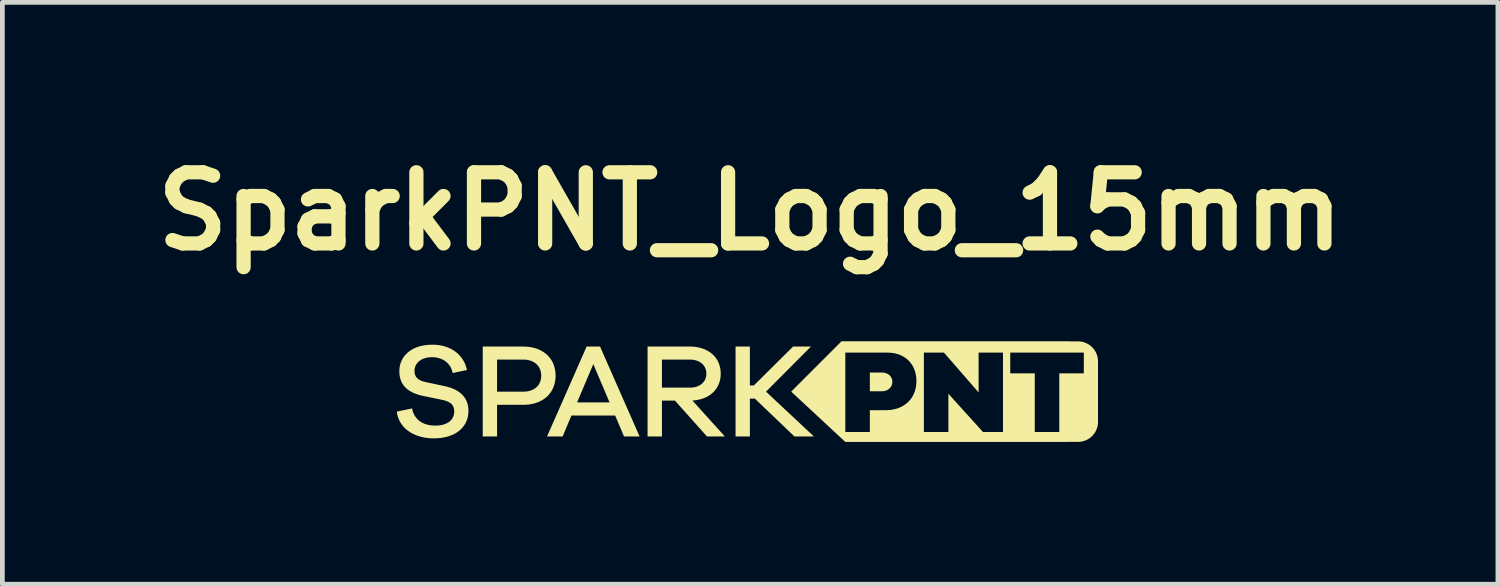
<source format=kicad_pcb>
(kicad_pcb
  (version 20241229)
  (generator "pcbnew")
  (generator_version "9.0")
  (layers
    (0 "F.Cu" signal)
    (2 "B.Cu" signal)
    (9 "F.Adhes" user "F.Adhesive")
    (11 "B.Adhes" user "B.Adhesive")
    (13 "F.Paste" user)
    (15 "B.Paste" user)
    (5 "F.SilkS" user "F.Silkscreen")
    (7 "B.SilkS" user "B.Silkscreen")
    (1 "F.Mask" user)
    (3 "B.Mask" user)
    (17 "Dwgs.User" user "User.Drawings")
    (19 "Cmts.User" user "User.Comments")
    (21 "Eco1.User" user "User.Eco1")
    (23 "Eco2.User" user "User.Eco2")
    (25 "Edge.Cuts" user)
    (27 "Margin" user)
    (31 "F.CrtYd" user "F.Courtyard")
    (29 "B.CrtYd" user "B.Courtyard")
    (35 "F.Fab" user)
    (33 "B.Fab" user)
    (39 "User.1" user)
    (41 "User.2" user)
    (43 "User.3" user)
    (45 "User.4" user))
  (footprint "SparkPNT_Logo_15mm"
    (layer "F.Cu")
    (at 12.764 5.204)
    (property "Reference" "SparkPNT_Logo_15mm" (at 0 -3.8 0) (layer "F.SilkS") (effects (font (size 1.5 1.5) (thickness 0.3))))
    (attr board_only exclude_from_pos_files exclude_from_bom)
    (fp_poly (pts (xy 2.007 1.063) (xy 2.007 1.063) (xy 2.007 1.063) (xy 2.007 1.063) (xy 2.007 1.063) (xy 2.007 1.063)) (stroke (width -0.000001) (type solid)) (fill yes) (layer "F.SilkS"))
    (fp_poly (pts (xy -0.005 -0.127) (xy 0.077 -0.127) (xy 0.906 -0.948) (xy 1.282 -0.948) (xy 0.335 0.003) (xy 1.345 0.948) (xy 0.934 0.948) (xy 0.1 0.15) (xy -0.005 0.15) (xy -0.005 0.948) (xy -0.307 0.948) (xy -0.307 -0.948) (xy -0.005 -0.948)) (stroke (width -0.000001) (type solid)) (fill yes) (layer "F.SilkS"))
    (fp_poly (pts (xy -2.33 0.948) (xy -2.658 0.948) (xy -2.845 0.506) (xy -3.767 0.506) (xy -3.953 0.948) (xy -4.282 0.948) (xy -3.965 0.229) (xy -3.648 0.229) (xy -2.963 0.229) (xy -3.306 -0.577) (xy -3.648 0.229) (xy -3.965 0.229) (xy -3.447 -0.948) (xy -3.164 -0.948)) (stroke (width -0.000001) (type solid)) (fill yes) (layer "F.SilkS"))
    (fp_poly (pts (xy 2.79 -0.4) (xy 2.801 -0.399) (xy 2.812 -0.398) (xy 2.823 -0.397) (xy 2.834 -0.395) (xy 2.844 -0.392) (xy 2.855 -0.389) (xy 2.865 -0.386) (xy 2.874 -0.382) (xy 2.884 -0.378) (xy 2.893 -0.374) (xy 2.902 -0.369) (xy 2.911 -0.364) (xy 2.919 -0.358) (xy 2.927 -0.353) (xy 2.935 -0.346) (xy 2.942 -0.34) (xy 2.949 -0.333) (xy 2.955 -0.326) (xy 2.961 -0.318) (xy 2.967 -0.31) (xy 2.972 -0.302) (xy 2.977 -0.294) (xy 2.981 -0.285) (xy 2.985 -0.277) (xy 2.989 -0.267) (xy 2.992 -0.258) (xy 2.994 -0.249) (xy 2.996 -0.239) (xy 2.997 -0.229) (xy 2.998 -0.218) (xy 2.999 -0.208) (xy 2.998 -0.197) (xy 2.997 -0.186) (xy 2.996 -0.175) (xy 2.994 -0.164) (xy 2.992 -0.154) (xy 2.989 -0.144) (xy 2.985 -0.134) (xy 2.981 -0.125) (xy 2.977 -0.116) (xy 2.972 -0.107) (xy 2.967 -0.098) (xy 2.961 -0.09) (xy 2.955 -0.082) (xy 2.949 -0.075) (xy 2.942 -0.068) (xy 2.935 -0.061) (xy 2.927 -0.055) (xy 2.919 -0.048) (xy 2.911 -0.043) (xy 2.902 -0.037) (xy 2.893 -0.033) (xy 2.884 -0.028) (xy 2.874 -0.024) (xy 2.865 -0.02) (xy 2.855 -0.017) (xy 2.844 -0.014) (xy 2.834 -0.011) (xy 2.823 -0.009) (xy 2.812 -0.008) (xy 2.801 -0.007) (xy 2.79 -0.006) (xy 2.779 -0.006) (xy 2.524 -0.006) (xy 2.524 -0.4) (xy 2.779 -0.4)) (stroke (width -0.000001) (type solid)) (fill yes) (layer "F.SilkS"))
    (fp_poly (pts (xy -4.744 -0.947) (xy -4.707 -0.945) (xy -4.67 -0.941) (xy -4.634 -0.936) (xy -4.599 -0.93) (xy -4.565 -0.922) (xy -4.532 -0.913) (xy -4.5 -0.903) (xy -4.469 -0.892) (xy -4.44 -0.879) (xy -4.411 -0.865) (xy -4.384 -0.85) (xy -4.357 -0.833) (xy -4.332 -0.816) (xy -4.308 -0.797) (xy -4.285 -0.778) (xy -4.264 -0.757) (xy -4.244 -0.735) (xy -4.225 -0.713) (xy -4.207 -0.689) (xy -4.19 -0.664) (xy -4.175 -0.639) (xy -4.162 -0.612) (xy -4.149 -0.585) (xy -4.138 -0.556) (xy -4.129 -0.527) (xy -4.12 -0.497) (xy -4.114 -0.467) (xy -4.108 -0.435) (xy -4.105 -0.403) (xy -4.102 -0.37) (xy -4.101 -0.337) (xy -4.102 -0.302) (xy -4.105 -0.269) (xy -4.108 -0.236) (xy -4.114 -0.204) (xy -4.12 -0.173) (xy -4.129 -0.143) (xy -4.138 -0.114) (xy -4.149 -0.085) (xy -4.162 -0.057) (xy -4.175 -0.031) (xy -4.19 -0.005) (xy -4.207 0.02) (xy -4.225 0.044) (xy -4.244 0.067) (xy -4.264 0.089) (xy -4.285 0.11) (xy -4.308 0.129) (xy -4.332 0.148) (xy -4.357 0.166) (xy -4.384 0.182) (xy -4.411 0.197) (xy -4.44 0.211) (xy -4.469 0.224) (xy -4.5 0.235) (xy -4.532 0.246) (xy -4.565 0.255) (xy -4.599 0.262) (xy -4.634 0.269) (xy -4.67 0.274) (xy -4.707 0.277) (xy -4.744 0.279) (xy -4.783 0.28) (xy -5.335 0.28) (xy -5.335 0.948) (xy -5.637 0.948) (xy -5.637 0.003) (xy -5.335 0.003) (xy -4.783 0.003) (xy -4.761 0.003) (xy -4.74 0.001) (xy -4.719 -0.001) (xy -4.699 -0.003) (xy -4.679 -0.007) (xy -4.66 -0.011) (xy -4.642 -0.016) (xy -4.624 -0.021) (xy -4.607 -0.028) (xy -4.59 -0.035) (xy -4.574 -0.042) (xy -4.559 -0.051) (xy -4.544 -0.06) (xy -4.53 -0.069) (xy -4.517 -0.08) (xy -4.505 -0.09) (xy -4.493 -0.102) (xy -4.482 -0.114) (xy -4.471 -0.126) (xy -4.461 -0.14) (xy -4.452 -0.153) (xy -4.444 -0.168) (xy -4.437 -0.182) (xy -4.43 -0.198) (xy -4.424 -0.213) (xy -4.419 -0.23) (xy -4.414 -0.246) (xy -4.411 -0.263) (xy -4.408 -0.281) (xy -4.406 -0.299) (xy -4.405 -0.318) (xy -4.404 -0.337) (xy -4.405 -0.355) (xy -4.406 -0.372) (xy -4.408 -0.39) (xy -4.411 -0.407) (xy -4.414 -0.424) (xy -4.419 -0.44) (xy -4.424 -0.456) (xy -4.43 -0.471) (xy -4.437 -0.487) (xy -4.444 -0.501) (xy -4.452 -0.515) (xy -4.461 -0.529) (xy -4.471 -0.542) (xy -4.482 -0.555) (xy -4.493 -0.567) (xy -4.505 -0.578) (xy -4.517 -0.589) (xy -4.53 -0.599) (xy -4.544 -0.609) (xy -4.559 -0.618) (xy -4.574 -0.627) (xy -4.59 -0.634) (xy -4.607 -0.642) (xy -4.624 -0.648) (xy -4.642 -0.654) (xy -4.66 -0.659) (xy -4.679 -0.663) (xy -4.699 -0.667) (xy -4.719 -0.67) (xy -4.74 -0.672) (xy -4.761 -0.673) (xy -4.783 -0.673) (xy -5.335 -0.673) (xy -5.335 0.003) (xy -5.637 0.003) (xy -5.637 -0.948) (xy -4.783 -0.948)) (stroke (width -0.000001) (type solid)) (fill yes) (layer "F.SilkS"))
    (fp_poly (pts (xy -1.235 -0.947) (xy -1.199 -0.945) (xy -1.164 -0.942) (xy -1.131 -0.937) (xy -1.098 -0.931) (xy -1.066 -0.924) (xy -1.035 -0.916) (xy -1.004 -0.906) (xy -0.975 -0.896) (xy -0.947 -0.884) (xy -0.92 -0.871) (xy -0.893 -0.857) (xy -0.868 -0.842) (xy -0.844 -0.826) (xy -0.821 -0.808) (xy -0.799 -0.79) (xy -0.778 -0.771) (xy -0.759 -0.751) (xy -0.74 -0.73) (xy -0.723 -0.707) (xy -0.707 -0.684) (xy -0.692 -0.66) (xy -0.679 -0.636) (xy -0.667 -0.61) (xy -0.656 -0.583) (xy -0.647 -0.556) (xy -0.639 -0.528) (xy -0.632 -0.499) (xy -0.627 -0.469) (xy -0.623 -0.439) (xy -0.621 -0.408) (xy -0.62 -0.376) (xy -0.621 -0.346) (xy -0.623 -0.316) (xy -0.626 -0.287) (xy -0.631 -0.259) (xy -0.637 -0.232) (xy -0.644 -0.205) (xy -0.653 -0.179) (xy -0.663 -0.153) (xy -0.674 -0.129) (xy -0.686 -0.105) (xy -0.7 -0.082) (xy -0.714 -0.059) (xy -0.73 -0.038) (xy -0.747 -0.017) (xy -0.765 0.002) (xy -0.784 0.021) (xy -0.804 0.039) (xy -0.825 0.056) (xy -0.847 0.072) (xy -0.87 0.088) (xy -0.894 0.102) (xy -0.919 0.115) (xy -0.945 0.127) (xy -0.972 0.139) (xy -1 0.149) (xy -1.028 0.158) (xy -1.058 0.166) (xy -1.088 0.173) (xy -1.119 0.179) (xy -1.151 0.184) (xy -1.184 0.187) (xy -1.217 0.19) (xy -0.532 0.948) (xy -0.909 0.948) (xy -1.585 0.192) (xy -1.859 0.192) (xy -1.859 0.948) (xy -2.162 0.948) (xy -2.162 -0.082) (xy -1.859 -0.082) (xy -1.271 -0.082) (xy -1.251 -0.082) (xy -1.232 -0.083) (xy -1.214 -0.085) (xy -1.196 -0.087) (xy -1.178 -0.09) (xy -1.161 -0.094) (xy -1.144 -0.098) (xy -1.128 -0.103) (xy -1.112 -0.109) (xy -1.097 -0.115) (xy -1.083 -0.122) (xy -1.069 -0.129) (xy -1.055 -0.137) (xy -1.042 -0.145) (xy -1.03 -0.154) (xy -1.018 -0.163) (xy -1.007 -0.173) (xy -0.997 -0.184) (xy -0.987 -0.195) (xy -0.978 -0.206) (xy -0.969 -0.218) (xy -0.961 -0.23) (xy -0.954 -0.243) (xy -0.948 -0.256) (xy -0.942 -0.27) (xy -0.937 -0.284) (xy -0.933 -0.298) (xy -0.929 -0.313) (xy -0.926 -0.328) (xy -0.924 -0.344) (xy -0.923 -0.36) (xy -0.923 -0.376) (xy -0.923 -0.393) (xy -0.924 -0.409) (xy -0.926 -0.425) (xy -0.929 -0.44) (xy -0.933 -0.455) (xy -0.937 -0.47) (xy -0.942 -0.484) (xy -0.948 -0.498) (xy -0.954 -0.511) (xy -0.961 -0.524) (xy -0.969 -0.536) (xy -0.978 -0.548) (xy -0.987 -0.56) (xy -0.997 -0.571) (xy -1.007 -0.581) (xy -1.018 -0.591) (xy -1.03 -0.601) (xy -1.042 -0.61) (xy -1.055 -0.618) (xy -1.069 -0.626) (xy -1.083 -0.633) (xy -1.097 -0.64) (xy -1.112 -0.646) (xy -1.128 -0.652) (xy -1.144 -0.657) (xy -1.161 -0.661) (xy -1.178 -0.665) (xy -1.196 -0.668) (xy -1.214 -0.67) (xy -1.232 -0.672) (xy -1.251 -0.673) (xy -1.271 -0.673) (xy -1.859 -0.673) (xy -1.859 -0.082) (xy -2.162 -0.082) (xy -2.162 -0.948) (xy -1.271 -0.948)) (stroke (width -0.000001) (type solid)) (fill yes) (layer "F.SilkS"))
    (fp_poly (pts (xy 6.745 -1.057) (xy 6.914 -1.057) (xy 6.935 -1.056) (xy 6.957 -1.055) (xy 6.978 -1.052) (xy 6.998 -1.048) (xy 7.018 -1.044) (xy 7.038 -1.038) (xy 7.058 -1.031) (xy 7.077 -1.024) (xy 7.096 -1.015) (xy 7.114 -1.006) (xy 7.131 -0.996) (xy 7.148 -0.985) (xy 7.165 -0.973) (xy 7.181 -0.961) (xy 7.196 -0.947) (xy 7.211 -0.933) (xy 7.225 -0.919) (xy 7.238 -0.904) (xy 7.25 -0.888) (xy 7.262 -0.871) (xy 7.273 -0.854) (xy 7.283 -0.837) (xy 7.292 -0.818) (xy 7.301 -0.8) (xy 7.308 -0.781) (xy 7.315 -0.761) (xy 7.321 -0.741) (xy 7.326 -0.721) (xy 7.329 -0.7) (xy 7.332 -0.679) (xy 7.334 -0.658) (xy 7.334 -0.637) (xy 7.334 0.641) (xy 7.334 0.663) (xy 7.332 0.684) (xy 7.329 0.705) (xy 7.326 0.726) (xy 7.321 0.746) (xy 7.315 0.766) (xy 7.308 0.785) (xy 7.301 0.805) (xy 7.292 0.823) (xy 7.283 0.841) (xy 7.273 0.859) (xy 7.262 0.876) (xy 7.25 0.892) (xy 7.238 0.908) (xy 7.225 0.924) (xy 7.211 0.938) (xy 7.196 0.952) (xy 7.181 0.965) (xy 7.165 0.978) (xy 7.148 0.99) (xy 7.131 1.001) (xy 7.114 1.011) (xy 7.096 1.02) (xy 7.077 1.028) (xy 7.058 1.036) (xy 7.038 1.043) (xy 7.018 1.048) (xy 6.998 1.053) (xy 6.978 1.057) (xy 6.957 1.059) (xy 6.935 1.061) (xy 6.914 1.062) (xy 6.712 1.062) (xy 6.712 1.063) (xy 2.007 1.063) (xy 0.866 0.002) (xy 1.688 -0.82) (xy 2.007 -0.82) (xy 2.007 0.853) (xy 2.524 0.853) (xy 3.663 0.853) (xy 4.18 0.853) (xy 4.18 0.047) (xy 4.909 0.853) (xy 5.331 0.853) (xy 5.331 -0.383) (xy 5.484 -0.383) (xy 6.001 -0.383) (xy 6.001 0.853) (xy 6.518 0.853) (xy 6.518 -0.383) (xy 7.035 -0.383) (xy 7.035 -0.383) (xy 7.035 -0.82) (xy 5.484 -0.82) (xy 5.484 -0.383) (xy 5.331 -0.383) (xy 5.331 -0.82) (xy 5.331 -0.82) (xy 5.331 -0.82) (xy 4.817 -0.82) (xy 4.817 0.019) (xy 4.087 -0.82) (xy 3.663 -0.82) (xy 3.663 0.853) (xy 2.524 0.853) (xy 2.524 0.394) (xy 2.854 0.394) (xy 2.89 0.393) (xy 2.926 0.391) (xy 2.96 0.388) (xy 2.994 0.383) (xy 3.027 0.376) (xy 3.059 0.369) (xy 3.091 0.36) (xy 3.121 0.35) (xy 3.15 0.338) (xy 3.179 0.326) (xy 3.206 0.312) (xy 3.232 0.297) (xy 3.257 0.281) (xy 3.282 0.263) (xy 3.305 0.245) (xy 3.327 0.225) (xy 3.347 0.204) (xy 3.367 0.182) (xy 3.385 0.16) (xy 3.403 0.136) (xy 3.419 0.111) (xy 3.433 0.085) (xy 3.447 0.058) (xy 3.459 0.03) (xy 3.47 0.002) (xy 3.479 -0.028) (xy 3.487 -0.058) (xy 3.494 -0.09) (xy 3.499 -0.122) (xy 3.503 -0.155) (xy 3.505 -0.188) (xy 3.506 -0.223) (xy 3.505 -0.256) (xy 3.503 -0.288) (xy 3.499 -0.32) (xy 3.494 -0.35) (xy 3.488 -0.381) (xy 3.481 -0.41) (xy 3.472 -0.438) (xy 3.462 -0.466) (xy 3.451 -0.493) (xy 3.438 -0.519) (xy 3.424 -0.544) (xy 3.41 -0.568) (xy 3.393 -0.591) (xy 3.376 -0.613) (xy 3.358 -0.634) (xy 3.338 -0.654) (xy 3.318 -0.674) (xy 3.296 -0.692) (xy 3.274 -0.709) (xy 3.25 -0.725) (xy 3.226 -0.739) (xy 3.2 -0.753) (xy 3.174 -0.765) (xy 3.146 -0.777) (xy 3.118 -0.786) (xy 3.089 -0.795) (xy 3.059 -0.803) (xy 3.028 -0.809) (xy 2.996 -0.814) (xy 2.963 -0.817) (xy 2.93 -0.819) (xy 2.896 -0.82) (xy 2.007 -0.82) (xy 2.007 -0.82) (xy 2.007 -0.82) (xy 1.688 -0.82) (xy 1.927 -1.059) (xy 6.745 -1.059)) (stroke (width -0.000001) (type solid)) (fill yes) (layer "F.SilkS"))
    (fp_poly (pts (xy -6.663 -0.987) (xy -6.628 -0.985) (xy -6.594 -0.982) (xy -6.56 -0.978) (xy -6.527 -0.972) (xy -6.495 -0.966) (xy -6.463 -0.958) (xy -6.432 -0.949) (xy -6.402 -0.94) (xy -6.373 -0.929) (xy -6.345 -0.917) (xy -6.317 -0.904) (xy -6.29 -0.89) (xy -6.265 -0.875) (xy -6.24 -0.859) (xy -6.216 -0.842) (xy -6.192 -0.824) (xy -6.17 -0.805) (xy -6.149 -0.785) (xy -6.129 -0.765) (xy -6.11 -0.743) (xy -6.091 -0.721) (xy -6.074 -0.697) (xy -6.058 -0.673) (xy -6.043 -0.648) (xy -6.029 -0.623) (xy -6.016 -0.596) (xy -6.004 -0.569) (xy -5.994 -0.541) (xy -5.985 -0.512) (xy -5.976 -0.483) (xy -5.969 -0.453) (xy -6.272 -0.39) (xy -6.276 -0.409) (xy -6.28 -0.427) (xy -6.285 -0.445) (xy -6.291 -0.462) (xy -6.298 -0.479) (xy -6.305 -0.496) (xy -6.313 -0.512) (xy -6.322 -0.527) (xy -6.332 -0.542) (xy -6.342 -0.557) (xy -6.353 -0.571) (xy -6.364 -0.584) (xy -6.376 -0.597) (xy -6.389 -0.609) (xy -6.402 -0.621) (xy -6.416 -0.633) (xy -6.431 -0.643) (xy -6.446 -0.653) (xy -6.461 -0.663) (xy -6.477 -0.671) (xy -6.511 -0.687) (xy -6.547 -0.7) (xy -6.584 -0.71) (xy -6.623 -0.718) (xy -6.663 -0.723) (xy -6.705 -0.724) (xy -6.726 -0.724) (xy -6.746 -0.723) (xy -6.766 -0.721) (xy -6.785 -0.719) (xy -6.804 -0.715) (xy -6.822 -0.712) (xy -6.84 -0.707) (xy -6.857 -0.702) (xy -6.874 -0.697) (xy -6.89 -0.691) (xy -6.905 -0.684) (xy -6.92 -0.677) (xy -6.935 -0.669) (xy -6.948 -0.661) (xy -6.962 -0.652) (xy -6.974 -0.642) (xy -6.986 -0.633) (xy -6.997 -0.622) (xy -7.007 -0.611) (xy -7.017 -0.6) (xy -7.026 -0.589) (xy -7.035 -0.576) (xy -7.042 -0.564) (xy -7.049 -0.551) (xy -7.055 -0.538) (xy -7.06 -0.524) (xy -7.065 -0.51) (xy -7.069 -0.496) (xy -7.072 -0.481) (xy -7.074 -0.466) (xy -7.075 -0.451) (xy -7.075 -0.436) (xy -7.075 -0.411) (xy -7.073 -0.4) (xy -7.072 -0.389) (xy -7.07 -0.378) (xy -7.067 -0.367) (xy -7.064 -0.357) (xy -7.061 -0.347) (xy -7.057 -0.338) (xy -7.053 -0.328) (xy -7.048 -0.319) (xy -7.043 -0.311) (xy -7.037 -0.303) (xy -7.031 -0.295) (xy -7.024 -0.287) (xy -7.017 -0.28) (xy -7.009 -0.273) (xy -7.001 -0.266) (xy -6.992 -0.259) (xy -6.983 -0.253) (xy -6.963 -0.241) (xy -6.942 -0.231) (xy -6.918 -0.221) (xy -6.892 -0.212) (xy -6.865 -0.205) (xy -6.835 -0.198) (xy -6.425 -0.11) (xy -6.373 -0.097) (xy -6.323 -0.082) (xy -6.275 -0.065) (xy -6.229 -0.045) (xy -6.187 -0.022) (xy -6.166 -0.01) (xy -6.147 0.003) (xy -6.128 0.016) (xy -6.109 0.03) (xy -6.092 0.045) (xy -6.075 0.061) (xy -6.06 0.077) (xy -6.045 0.094) (xy -6.031 0.111) (xy -6.018 0.13) (xy -6.005 0.149) (xy -5.994 0.168) (xy -5.984 0.189) (xy -5.975 0.21) (xy -5.966 0.232) (xy -5.959 0.255) (xy -5.953 0.278) (xy -5.948 0.302) (xy -5.944 0.327) (xy -5.941 0.353) (xy -5.939 0.38) (xy -5.938 0.407) (xy -5.939 0.44) (xy -5.942 0.473) (xy -5.946 0.504) (xy -5.952 0.535) (xy -5.959 0.564) (xy -5.968 0.593) (xy -5.979 0.621) (xy -5.991 0.648) (xy -6.004 0.675) (xy -6.019 0.7) (xy -6.036 0.724) (xy -6.053 0.748) (xy -6.073 0.77) (xy -6.093 0.791) (xy -6.115 0.812) (xy -6.138 0.831) (xy -6.163 0.849) (xy -6.189 0.867) (xy -6.216 0.883) (xy -6.244 0.898) (xy -6.273 0.912) (xy -6.304 0.925) (xy -6.368 0.947) (xy -6.436 0.964) (xy -6.509 0.977) (xy -6.585 0.985) (xy -6.665 0.987) (xy -6.703 0.987) (xy -6.74 0.985) (xy -6.776 0.982) (xy -6.812 0.978) (xy -6.848 0.973) (xy -6.883 0.967) (xy -6.917 0.96) (xy -6.95 0.951) (xy -6.983 0.941) (xy -7.015 0.931) (xy -7.047 0.919) (xy -7.077 0.906) (xy -7.107 0.892) (xy -7.135 0.877) (xy -7.163 0.861) (xy -7.19 0.844) (xy -7.215 0.825) (xy -7.24 0.806) (xy -7.263 0.786) (xy -7.286 0.764) (xy -7.307 0.742) (xy -7.327 0.718) (xy -7.345 0.693) (xy -7.363 0.667) (xy -7.379 0.641) (xy -7.393 0.613) (xy -7.406 0.584) (xy -7.418 0.554) (xy -7.428 0.523) (xy -7.437 0.491) (xy -7.444 0.458) (xy -7.449 0.424) (xy -7.126 0.356) (xy -7.122 0.379) (xy -7.116 0.401) (xy -7.11 0.422) (xy -7.103 0.442) (xy -7.095 0.461) (xy -7.086 0.48) (xy -7.077 0.498) (xy -7.067 0.516) (xy -7.056 0.532) (xy -7.044 0.548) (xy -7.032 0.563) (xy -7.019 0.578) (xy -7.005 0.592) (xy -6.991 0.605) (xy -6.976 0.617) (xy -6.96 0.629) (xy -6.944 0.64) (xy -6.927 0.65) (xy -6.91 0.659) (xy -6.892 0.668) (xy -6.854 0.684) (xy -6.815 0.696) (xy -6.773 0.706) (xy -6.729 0.713) (xy -6.684 0.717) (xy -6.637 0.719) (xy -6.613 0.718) (xy -6.591 0.717) (xy -6.568 0.715) (xy -6.547 0.713) (xy -6.526 0.71) (xy -6.506 0.706) (xy -6.486 0.702) (xy -6.467 0.697) (xy -6.449 0.691) (xy -6.432 0.685) (xy -6.415 0.678) (xy -6.399 0.671) (xy -6.384 0.663) (xy -6.369 0.655) (xy -6.355 0.646) (xy -6.342 0.636) (xy -6.33 0.626) (xy -6.318 0.616) (xy -6.307 0.605) (xy -6.297 0.593) (xy -6.288 0.581) (xy -6.279 0.569) (xy -6.272 0.556) (xy -6.265 0.543) (xy -6.259 0.53) (xy -6.253 0.516) (xy -6.249 0.501) (xy -6.245 0.487) (xy -6.242 0.472) (xy -6.24 0.456) (xy -6.239 0.44) (xy -6.238 0.424) (xy -6.239 0.398) (xy -6.242 0.374) (xy -6.244 0.362) (xy -6.246 0.351) (xy -6.249 0.34) (xy -6.253 0.33) (xy -6.257 0.32) (xy -6.262 0.31) (xy -6.267 0.301) (xy -6.272 0.292) (xy -6.278 0.283) (xy -6.285 0.275) (xy -6.292 0.267) (xy -6.3 0.259) (xy -6.308 0.252) (xy -6.317 0.245) (xy -6.327 0.238) (xy -6.337 0.232) (xy -6.358 0.22) (xy -6.383 0.208) (xy -6.409 0.198) (xy -6.438 0.189) (xy -6.47 0.18) (xy -6.504 0.173) (xy -6.917 0.088) (xy -6.961 0.077) (xy -7.005 0.064) (xy -7.048 0.049) (xy -7.091 0.032) (xy -7.132 0.012) (xy -7.171 -0.01) (xy -7.191 -0.022) (xy -7.209 -0.035) (xy -7.227 -0.049) (xy -7.244 -0.064) (xy -7.261 -0.079) (xy -7.277 -0.095) (xy -7.292 -0.112) (xy -7.306 -0.13) (xy -7.319 -0.149) (xy -7.332 -0.169) (xy -7.343 -0.19) (xy -7.353 -0.212) (xy -7.363 -0.235) (xy -7.371 -0.259) (xy -7.378 -0.284) (xy -7.384 -0.311) (xy -7.389 -0.338) (xy -7.392 -0.366) (xy -7.394 -0.396) (xy -7.395 -0.427) (xy -7.394 -0.458) (xy -7.392 -0.488) (xy -7.388 -0.518) (xy -7.383 -0.547) (xy -7.376 -0.575) (xy -7.367 -0.603) (xy -7.357 -0.629) (xy -7.346 -0.655) (xy -7.333 -0.681) (xy -7.319 -0.705) (xy -7.303 -0.728) (xy -7.286 -0.751) (xy -7.268 -0.773) (xy -7.248 -0.793) (xy -7.227 -0.813) (xy -7.205 -0.832) (xy -7.182 -0.85) (xy -7.157 -0.867) (xy -7.132 -0.883) (xy -7.105 -0.898) (xy -7.077 -0.912) (xy -7.047 -0.924) (xy -7.017 -0.936) (xy -6.986 -0.947) (xy -6.953 -0.956) (xy -6.92 -0.964) (xy -6.85 -0.977) (xy -6.777 -0.985) (xy -6.699 -0.987) (xy -6.699 -0.987)) (stroke (width -0.000001) (type solid)) (fill yes) (layer "F.SilkS")))
  (gr_rect
    (start -3 -3)
    (end 28.529 9.267)
    (stroke (width 0.1) (type default))
    (fill no)
    (layer "Edge.Cuts")))
</source>
